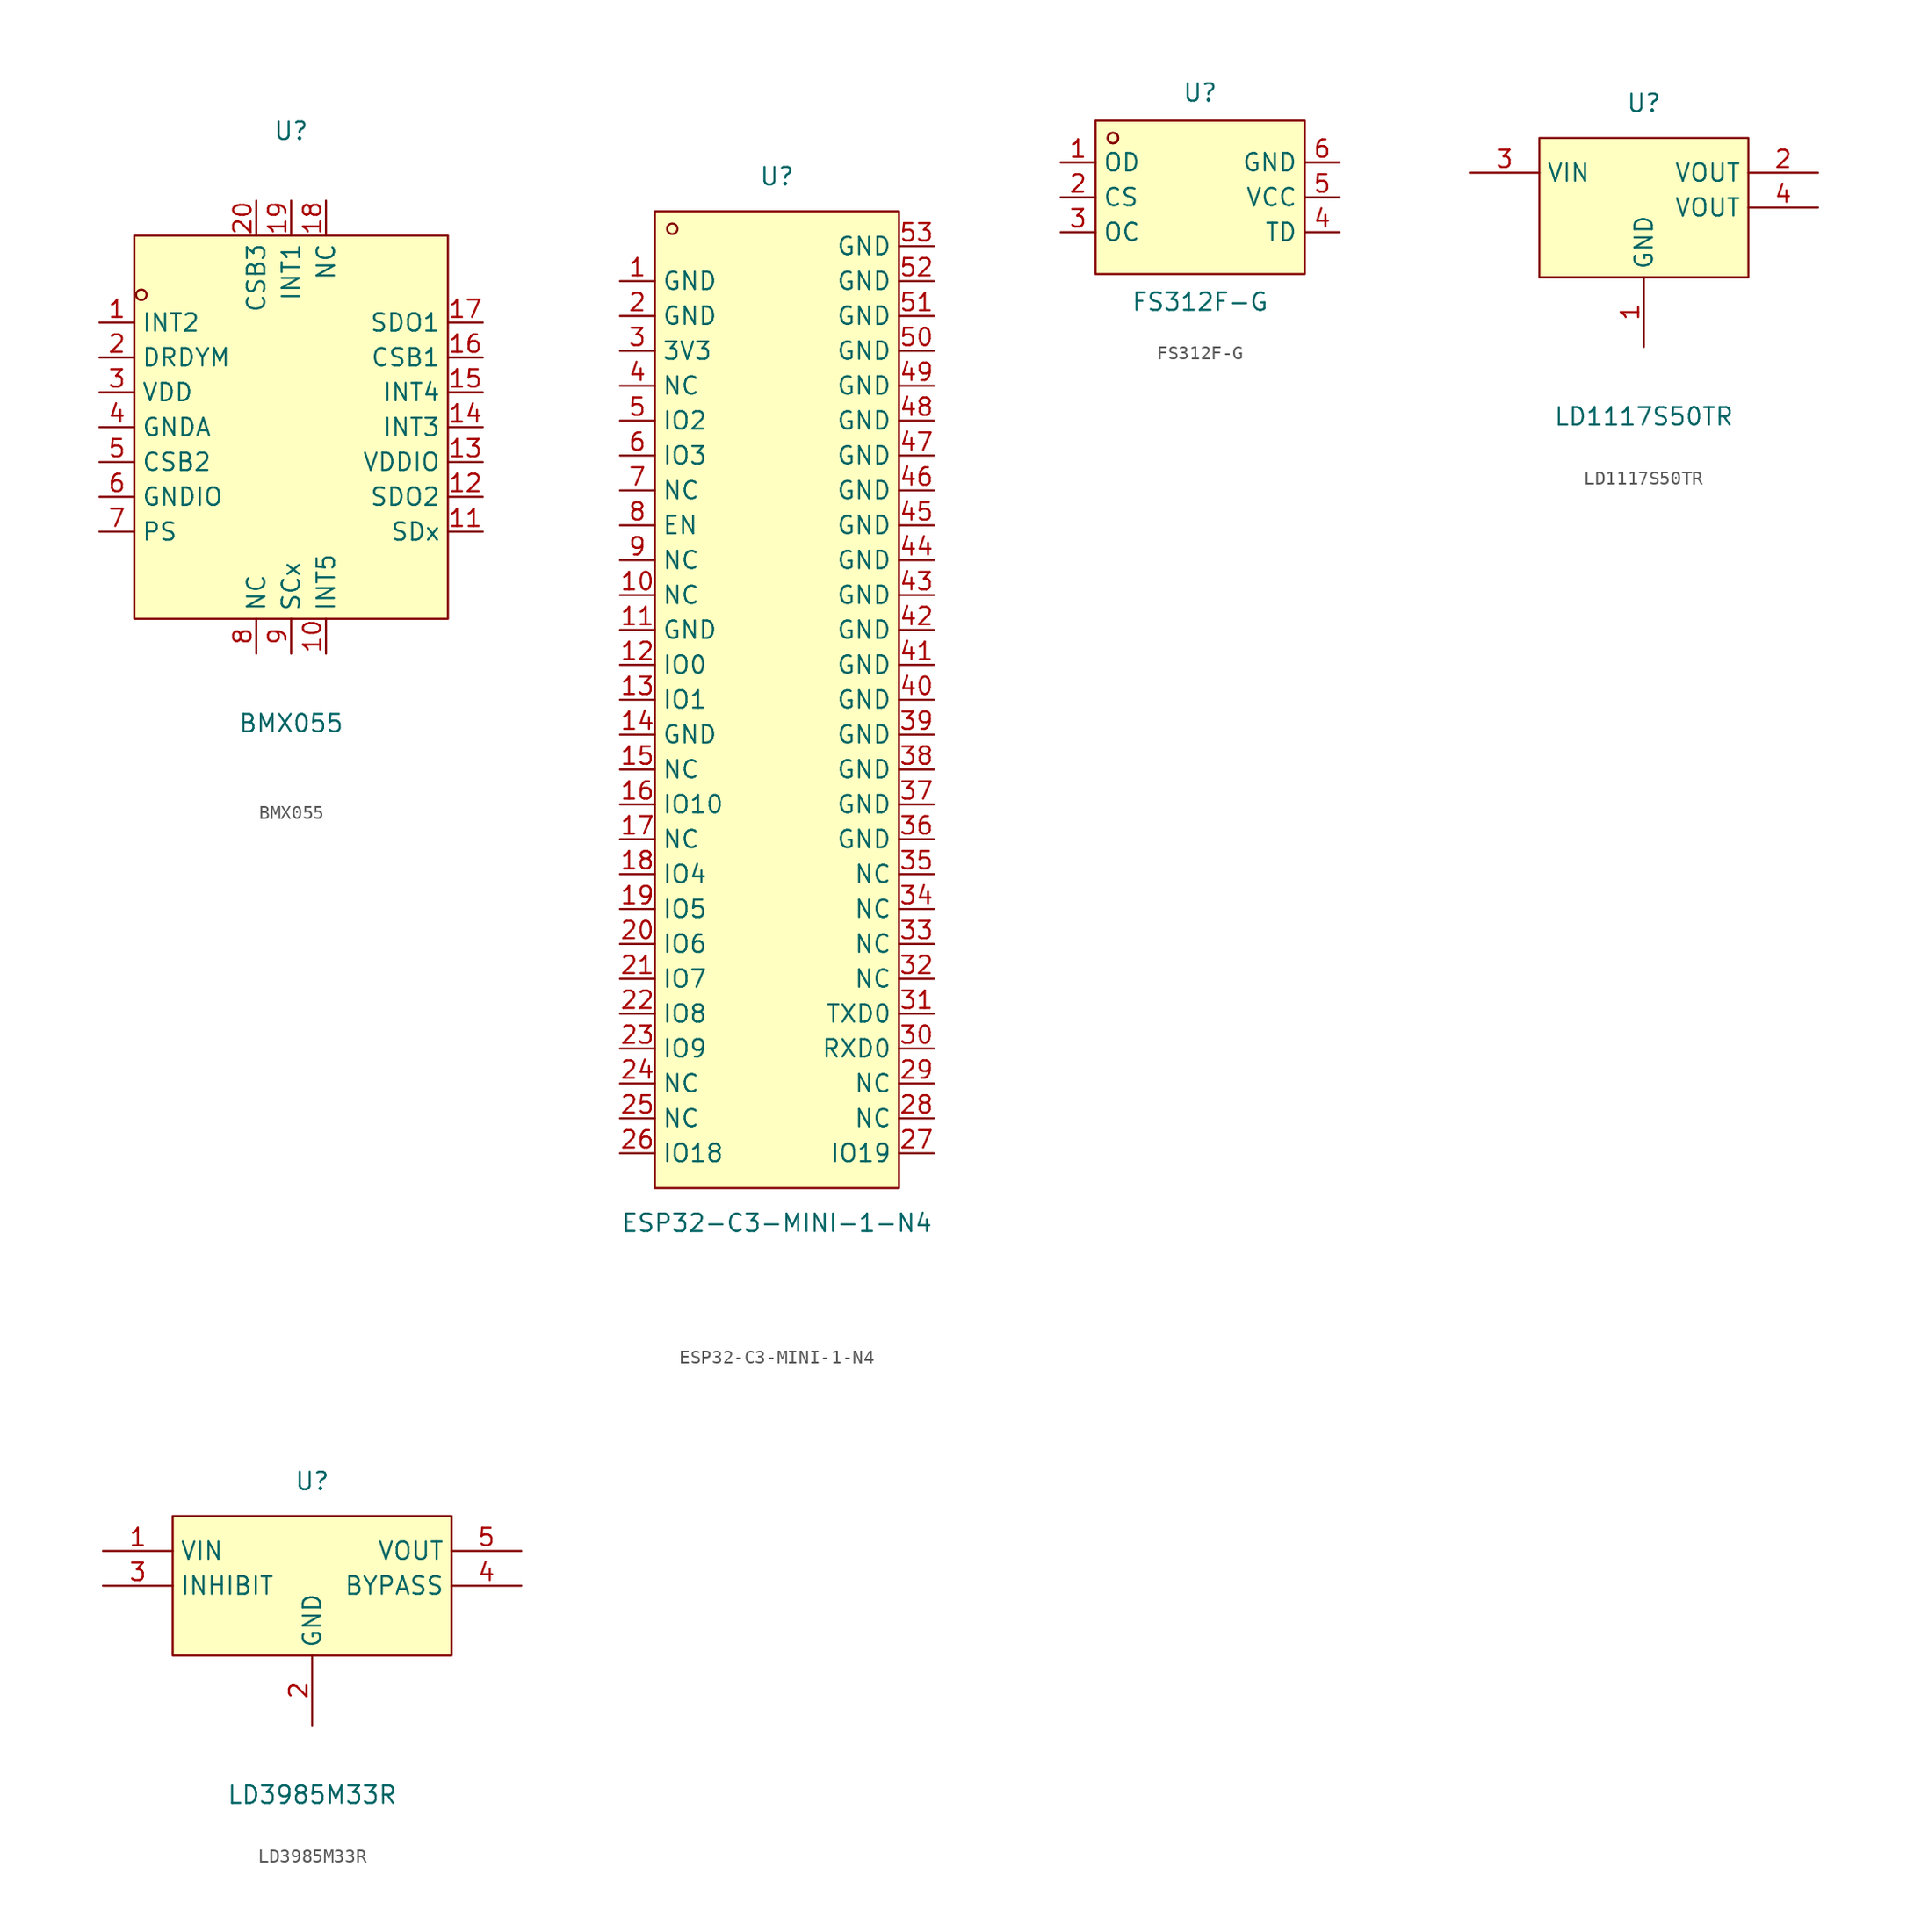
<source format=kicad_sym>
(kicad_symbol_lib
  (version 20211014)
  (generator https://github.com/uPesy/easyeda2kicad.py)
  (symbol "BMX055"
    (property "Reference" "U"
      (at 0 21.59 0)
      (effects (font (size 1.27 1.27))))
    (property "Value" "BMX055"
      (at 0 -21.59 0)
      (effects (font (size 1.27 1.27))))
    (symbol "BMX055_0_1"
      (rectangle (start -11.43 13.97) (end 11.43 -13.97) (stroke (width 0) (type default) (color 0 0 0 0)) (fill (type background)))
      (circle (center -10.92 9.65) (radius 0.38) (stroke (width 0) (type default) (color 0 0 0 0)) (fill (type none)))
      (pin unspecified line (at -13.97 7.62 0) (length 2.54) (name "INT2" (effects (font (size 1.27 1.27)))) (number "1" (effects (font (size 1.27 1.27)))))
      (pin unspecified line (at -13.97 5.08 0) (length 2.54) (name "DRDYM" (effects (font (size 1.27 1.27)))) (number "2" (effects (font (size 1.27 1.27)))))
      (pin unspecified line (at -13.97 2.54 0) (length 2.54) (name "VDD" (effects (font (size 1.27 1.27)))) (number "3" (effects (font (size 1.27 1.27)))))
      (pin unspecified line (at -13.97 -0.00 0) (length 2.54) (name "GNDA" (effects (font (size 1.27 1.27)))) (number "4" (effects (font (size 1.27 1.27)))))
      (pin unspecified line (at -13.97 -2.54 0) (length 2.54) (name "CSB2" (effects (font (size 1.27 1.27)))) (number "5" (effects (font (size 1.27 1.27)))))
      (pin unspecified line (at -13.97 -5.08 0) (length 2.54) (name "GNDIO" (effects (font (size 1.27 1.27)))) (number "6" (effects (font (size 1.27 1.27)))))
      (pin unspecified line (at -13.97 -7.62 0) (length 2.54) (name "PS" (effects (font (size 1.27 1.27)))) (number "7" (effects (font (size 1.27 1.27)))))
      (pin unspecified line (at -2.54 -16.51 90) (length 2.54) (name "NC" (effects (font (size 1.27 1.27)))) (number "8" (effects (font (size 1.27 1.27)))))
      (pin unspecified line (at 0.00 -16.51 90) (length 2.54) (name "SCx" (effects (font (size 1.27 1.27)))) (number "9" (effects (font (size 1.27 1.27)))))
      (pin unspecified line (at 2.54 -16.51 90) (length 2.54) (name "INT5" (effects (font (size 1.27 1.27)))) (number "10" (effects (font (size 1.27 1.27)))))
      (pin unspecified line (at 13.97 -7.62 180) (length 2.54) (name "SDx" (effects (font (size 1.27 1.27)))) (number "11" (effects (font (size 1.27 1.27)))))
      (pin unspecified line (at 13.97 -5.08 180) (length 2.54) (name "SDO2" (effects (font (size 1.27 1.27)))) (number "12" (effects (font (size 1.27 1.27)))))
      (pin unspecified line (at 13.97 -2.54 180) (length 2.54) (name "VDDIO" (effects (font (size 1.27 1.27)))) (number "13" (effects (font (size 1.27 1.27)))))
      (pin unspecified line (at 13.97 -0.00 180) (length 2.54) (name "INT3" (effects (font (size 1.27 1.27)))) (number "14" (effects (font (size 1.27 1.27)))))
      (pin unspecified line (at 13.97 2.54 180) (length 2.54) (name "INT4" (effects (font (size 1.27 1.27)))) (number "15" (effects (font (size 1.27 1.27)))))
      (pin unspecified line (at 13.97 5.08 180) (length 2.54) (name "CSB1" (effects (font (size 1.27 1.27)))) (number "16" (effects (font (size 1.27 1.27)))))
      (pin unspecified line (at 13.97 7.62 180) (length 2.54) (name "SDO1" (effects (font (size 1.27 1.27)))) (number "17" (effects (font (size 1.27 1.27)))))
      (pin unspecified line (at 2.54 16.51 270) (length 2.54) (name "NC" (effects (font (size 1.27 1.27)))) (number "18" (effects (font (size 1.27 1.27)))))
      (pin unspecified line (at 0.00 16.51 270) (length 2.54) (name "INT1" (effects (font (size 1.27 1.27)))) (number "19" (effects (font (size 1.27 1.27)))))
      (pin unspecified line (at -2.54 16.51 270) (length 2.54) (name "CSB3" (effects (font (size 1.27 1.27)))) (number "20" (effects (font (size 1.27 1.27)))))))
  (symbol "ESP32-C3-MINI-1-N4"
    (property "Reference" "U"
      (at 0 38.10 0)
      (effects (font (size 1.27 1.27))))
    (property "Value" "ESP32-C3-MINI-1-N4"
      (at 0 -38.10 0)
      (effects (font (size 1.27 1.27))))
    (symbol "ESP32-C3-MINI-1-N4_0_1"
      (rectangle (start -8.89 35.56) (end 8.89 -35.56) (stroke (width 0) (type default) (color 0 0 0 0)) (fill (type background)))
      (circle (center -7.62 34.29) (radius 0.38) (stroke (width 0) (type default) (color 0 0 0 0)) (fill (type none)))
      (pin unspecified line (at -11.43 30.48 0) (length 2.54) (name "GND" (effects (font (size 1.27 1.27)))) (number "1" (effects (font (size 1.27 1.27)))))
      (pin unspecified line (at -11.43 27.94 0) (length 2.54) (name "GND" (effects (font (size 1.27 1.27)))) (number "2" (effects (font (size 1.27 1.27)))))
      (pin unspecified line (at -11.43 25.40 0) (length 2.54) (name "3V3" (effects (font (size 1.27 1.27)))) (number "3" (effects (font (size 1.27 1.27)))))
      (pin unspecified line (at -11.43 22.86 0) (length 2.54) (name "NC" (effects (font (size 1.27 1.27)))) (number "4" (effects (font (size 1.27 1.27)))))
      (pin unspecified line (at -11.43 20.32 0) (length 2.54) (name "IO2" (effects (font (size 1.27 1.27)))) (number "5" (effects (font (size 1.27 1.27)))))
      (pin unspecified line (at -11.43 17.78 0) (length 2.54) (name "IO3" (effects (font (size 1.27 1.27)))) (number "6" (effects (font (size 1.27 1.27)))))
      (pin unspecified line (at -11.43 15.24 0) (length 2.54) (name "NC" (effects (font (size 1.27 1.27)))) (number "7" (effects (font (size 1.27 1.27)))))
      (pin unspecified line (at -11.43 12.70 0) (length 2.54) (name "EN" (effects (font (size 1.27 1.27)))) (number "8" (effects (font (size 1.27 1.27)))))
      (pin unspecified line (at -11.43 10.16 0) (length 2.54) (name "NC" (effects (font (size 1.27 1.27)))) (number "9" (effects (font (size 1.27 1.27)))))
      (pin unspecified line (at -11.43 7.62 0) (length 2.54) (name "NC" (effects (font (size 1.27 1.27)))) (number "10" (effects (font (size 1.27 1.27)))))
      (pin unspecified line (at -11.43 5.08 0) (length 2.54) (name "GND" (effects (font (size 1.27 1.27)))) (number "11" (effects (font (size 1.27 1.27)))))
      (pin unspecified line (at -11.43 2.54 0) (length 2.54) (name "IO0" (effects (font (size 1.27 1.27)))) (number "12" (effects (font (size 1.27 1.27)))))
      (pin unspecified line (at -11.43 -0.00 0) (length 2.54) (name "IO1" (effects (font (size 1.27 1.27)))) (number "13" (effects (font (size 1.27 1.27)))))
      (pin unspecified line (at -11.43 -2.54 0) (length 2.54) (name "GND" (effects (font (size 1.27 1.27)))) (number "14" (effects (font (size 1.27 1.27)))))
      (pin unspecified line (at -11.43 -5.08 0) (length 2.54) (name "NC" (effects (font (size 1.27 1.27)))) (number "15" (effects (font (size 1.27 1.27)))))
      (pin unspecified line (at -11.43 -7.62 0) (length 2.54) (name "IO10" (effects (font (size 1.27 1.27)))) (number "16" (effects (font (size 1.27 1.27)))))
      (pin unspecified line (at -11.43 -10.16 0) (length 2.54) (name "NC" (effects (font (size 1.27 1.27)))) (number "17" (effects (font (size 1.27 1.27)))))
      (pin unspecified line (at -11.43 -12.70 0) (length 2.54) (name "IO4" (effects (font (size 1.27 1.27)))) (number "18" (effects (font (size 1.27 1.27)))))
      (pin unspecified line (at -11.43 -15.24 0) (length 2.54) (name "IO5" (effects (font (size 1.27 1.27)))) (number "19" (effects (font (size 1.27 1.27)))))
      (pin unspecified line (at -11.43 -17.78 0) (length 2.54) (name "IO6" (effects (font (size 1.27 1.27)))) (number "20" (effects (font (size 1.27 1.27)))))
      (pin unspecified line (at -11.43 -20.32 0) (length 2.54) (name "IO7" (effects (font (size 1.27 1.27)))) (number "21" (effects (font (size 1.27 1.27)))))
      (pin unspecified line (at -11.43 -22.86 0) (length 2.54) (name "IO8" (effects (font (size 1.27 1.27)))) (number "22" (effects (font (size 1.27 1.27)))))
      (pin unspecified line (at -11.43 -25.40 0) (length 2.54) (name "IO9" (effects (font (size 1.27 1.27)))) (number "23" (effects (font (size 1.27 1.27)))))
      (pin unspecified line (at -11.43 -27.94 0) (length 2.54) (name "NC" (effects (font (size 1.27 1.27)))) (number "24" (effects (font (size 1.27 1.27)))))
      (pin unspecified line (at -11.43 -30.48 0) (length 2.54) (name "NC" (effects (font (size 1.27 1.27)))) (number "25" (effects (font (size 1.27 1.27)))))
      (pin unspecified line (at -11.43 -33.02 0) (length 2.54) (name "IO18" (effects (font (size 1.27 1.27)))) (number "26" (effects (font (size 1.27 1.27)))))
      (pin unspecified line (at 11.43 -33.02 180) (length 2.54) (name "IO19" (effects (font (size 1.27 1.27)))) (number "27" (effects (font (size 1.27 1.27)))))
      (pin unspecified line (at 11.43 -30.48 180) (length 2.54) (name "NC" (effects (font (size 1.27 1.27)))) (number "28" (effects (font (size 1.27 1.27)))))
      (pin unspecified line (at 11.43 -27.94 180) (length 2.54) (name "NC" (effects (font (size 1.27 1.27)))) (number "29" (effects (font (size 1.27 1.27)))))
      (pin unspecified line (at 11.43 -25.40 180) (length 2.54) (name "RXD0" (effects (font (size 1.27 1.27)))) (number "30" (effects (font (size 1.27 1.27)))))
      (pin unspecified line (at 11.43 -22.86 180) (length 2.54) (name "TXD0" (effects (font (size 1.27 1.27)))) (number "31" (effects (font (size 1.27 1.27)))))
      (pin unspecified line (at 11.43 -20.32 180) (length 2.54) (name "NC" (effects (font (size 1.27 1.27)))) (number "32" (effects (font (size 1.27 1.27)))))
      (pin unspecified line (at 11.43 -17.78 180) (length 2.54) (name "NC" (effects (font (size 1.27 1.27)))) (number "33" (effects (font (size 1.27 1.27)))))
      (pin unspecified line (at 11.43 -15.24 180) (length 2.54) (name "NC" (effects (font (size 1.27 1.27)))) (number "34" (effects (font (size 1.27 1.27)))))
      (pin unspecified line (at 11.43 -12.70 180) (length 2.54) (name "NC" (effects (font (size 1.27 1.27)))) (number "35" (effects (font (size 1.27 1.27)))))
      (pin unspecified line (at 11.43 -10.16 180) (length 2.54) (name "GND" (effects (font (size 1.27 1.27)))) (number "36" (effects (font (size 1.27 1.27)))))
      (pin unspecified line (at 11.43 -7.62 180) (length 2.54) (name "GND" (effects (font (size 1.27 1.27)))) (number "37" (effects (font (size 1.27 1.27)))))
      (pin unspecified line (at 11.43 -5.08 180) (length 2.54) (name "GND" (effects (font (size 1.27 1.27)))) (number "38" (effects (font (size 1.27 1.27)))))
      (pin unspecified line (at 11.43 -2.54 180) (length 2.54) (name "GND" (effects (font (size 1.27 1.27)))) (number "39" (effects (font (size 1.27 1.27)))))
      (pin unspecified line (at 11.43 -0.00 180) (length 2.54) (name "GND" (effects (font (size 1.27 1.27)))) (number "40" (effects (font (size 1.27 1.27)))))
      (pin unspecified line (at 11.43 2.54 180) (length 2.54) (name "GND" (effects (font (size 1.27 1.27)))) (number "41" (effects (font (size 1.27 1.27)))))
      (pin unspecified line (at 11.43 5.08 180) (length 2.54) (name "GND" (effects (font (size 1.27 1.27)))) (number "42" (effects (font (size 1.27 1.27)))))
      (pin unspecified line (at 11.43 7.62 180) (length 2.54) (name "GND" (effects (font (size 1.27 1.27)))) (number "43" (effects (font (size 1.27 1.27)))))
      (pin unspecified line (at 11.43 10.16 180) (length 2.54) (name "GND" (effects (font (size 1.27 1.27)))) (number "44" (effects (font (size 1.27 1.27)))))
      (pin unspecified line (at 11.43 12.70 180) (length 2.54) (name "GND" (effects (font (size 1.27 1.27)))) (number "45" (effects (font (size 1.27 1.27)))))
      (pin unspecified line (at 11.43 15.24 180) (length 2.54) (name "GND" (effects (font (size 1.27 1.27)))) (number "46" (effects (font (size 1.27 1.27)))))
      (pin unspecified line (at 11.43 17.78 180) (length 2.54) (name "GND" (effects (font (size 1.27 1.27)))) (number "47" (effects (font (size 1.27 1.27)))))
      (pin unspecified line (at 11.43 20.32 180) (length 2.54) (name "GND" (effects (font (size 1.27 1.27)))) (number "48" (effects (font (size 1.27 1.27)))))
      (pin unspecified line (at 11.43 22.86 180) (length 2.54) (name "GND" (effects (font (size 1.27 1.27)))) (number "49" (effects (font (size 1.27 1.27)))))
      (pin unspecified line (at 11.43 25.40 180) (length 2.54) (name "GND" (effects (font (size 1.27 1.27)))) (number "50" (effects (font (size 1.27 1.27)))))
      (pin unspecified line (at 11.43 27.94 180) (length 2.54) (name "GND" (effects (font (size 1.27 1.27)))) (number "51" (effects (font (size 1.27 1.27)))))
      (pin unspecified line (at 11.43 30.48 180) (length 2.54) (name "GND" (effects (font (size 1.27 1.27)))) (number "52" (effects (font (size 1.27 1.27)))))
      (pin unspecified line (at 11.43 33.02 180) (length 2.54) (name "GND" (effects (font (size 1.27 1.27)))) (number "53" (effects (font (size 1.27 1.27)))))))
  (symbol "FS312F-G"
    (property "Reference" "U"
      (at 0 7.62 0)
      (effects (font (size 1.27 1.27))))
    (property "Value" "FS312F-G"
      (at 0 -7.62 0)
      (effects (font (size 1.27 1.27))))
    (symbol "FS312F-G_0_1"
      (rectangle (start -7.62 5.59) (end 7.62 -5.59) (stroke (width 0) (type default) (color 0 0 0 0)) (fill (type background)))
      (circle (center -6.35 4.32) (radius 0.38) (stroke (width 0) (type default) (color 0 0 0 0)) (fill (type none)))
      (circle (center -6.35 4.32) (radius 0.38) (stroke (width 0) (type default) (color 0 0 0 0)) (fill (type none)))
      (pin unspecified line (at -10.16 2.54 0) (length 2.54) (name "OD" (effects (font (size 1.27 1.27)))) (number "1" (effects (font (size 1.27 1.27)))))
      (pin unspecified line (at -10.16 -0.00 0) (length 2.54) (name "CS" (effects (font (size 1.27 1.27)))) (number "2" (effects (font (size 1.27 1.27)))))
      (pin unspecified line (at -10.16 -2.54 0) (length 2.54) (name "OC" (effects (font (size 1.27 1.27)))) (number "3" (effects (font (size 1.27 1.27)))))
      (pin unspecified line (at 10.16 -2.54 180) (length 2.54) (name "TD" (effects (font (size 1.27 1.27)))) (number "4" (effects (font (size 1.27 1.27)))))
      (pin unspecified line (at 10.16 -0.00 180) (length 2.54) (name "VCC" (effects (font (size 1.27 1.27)))) (number "5" (effects (font (size 1.27 1.27)))))
      (pin unspecified line (at 10.16 2.54 180) (length 2.54) (name "GND" (effects (font (size 1.27 1.27)))) (number "6" (effects (font (size 1.27 1.27)))))))
  (symbol "LD1117S50TR"
    (property "Reference" "U"
      (at 0 10.16 0)
      (effects (font (size 1.27 1.27))))
    (property "Value" "LD1117S50TR"
      (at 0 -12.70 0)
      (effects (font (size 1.27 1.27))))
    (symbol "LD1117S50TR_0_1"
      (rectangle (start -7.62 7.62) (end 7.62 -2.54) (stroke (width 0) (type default) (color 0 0 0 0)) (fill (type background)))
      (pin power_in line (at -12.70 5.08 0) (length 5.08) (name "VIN" (effects (font (size 1.27 1.27)))) (number "3" (effects (font (size 1.27 1.27)))))
      (pin power_in line (at 0.00 -7.62 90) (length 5.08) (name "GND" (effects (font (size 1.27 1.27)))) (number "1" (effects (font (size 1.27 1.27)))))
      (pin power_in line (at 12.70 5.08 180) (length 5.08) (name "VOUT" (effects (font (size 1.27 1.27)))) (number "2" (effects (font (size 1.27 1.27)))))
      (pin power_in line (at 12.70 2.54 180) (length 5.08) (name "VOUT" (effects (font (size 1.27 1.27)))) (number "4" (effects (font (size 1.27 1.27)))))))
  (symbol "LD3985M33R"
    (property "Reference" "U"
      (at 0 10.16 0)
      (effects (font (size 1.27 1.27))))
    (property "Value" "LD3985M33R"
      (at 0 -12.70 0)
      (effects (font (size 1.27 1.27))))
    (symbol "LD3985M33R_0_1"
      (rectangle (start -10.16 7.62) (end 10.16 -2.54) (stroke (width 0) (type default) (color 0 0 0 0)) (fill (type background)))
      (pin power_in line (at -15.24 5.08 0) (length 5.08) (name "VIN" (effects (font (size 1.27 1.27)))) (number "1" (effects (font (size 1.27 1.27)))))
      (pin unspecified line (at -15.24 2.54 0) (length 5.08) (name "INHIBIT" (effects (font (size 1.27 1.27)))) (number "3" (effects (font (size 1.27 1.27)))))
      (pin unspecified line (at 15.24 2.54 180) (length 5.08) (name "BYPASS" (effects (font (size 1.27 1.27)))) (number "4" (effects (font (size 1.27 1.27)))))
      (pin power_in line (at 15.24 5.08 180) (length 5.08) (name "VOUT" (effects (font (size 1.27 1.27)))) (number "5" (effects (font (size 1.27 1.27)))))
      (pin power_in line (at 0.00 -7.62 90) (length 5.08) (name "GND" (effects (font (size 1.27 1.27)))) (number "2" (effects (font (size 1.27 1.27))))))))
</source>
